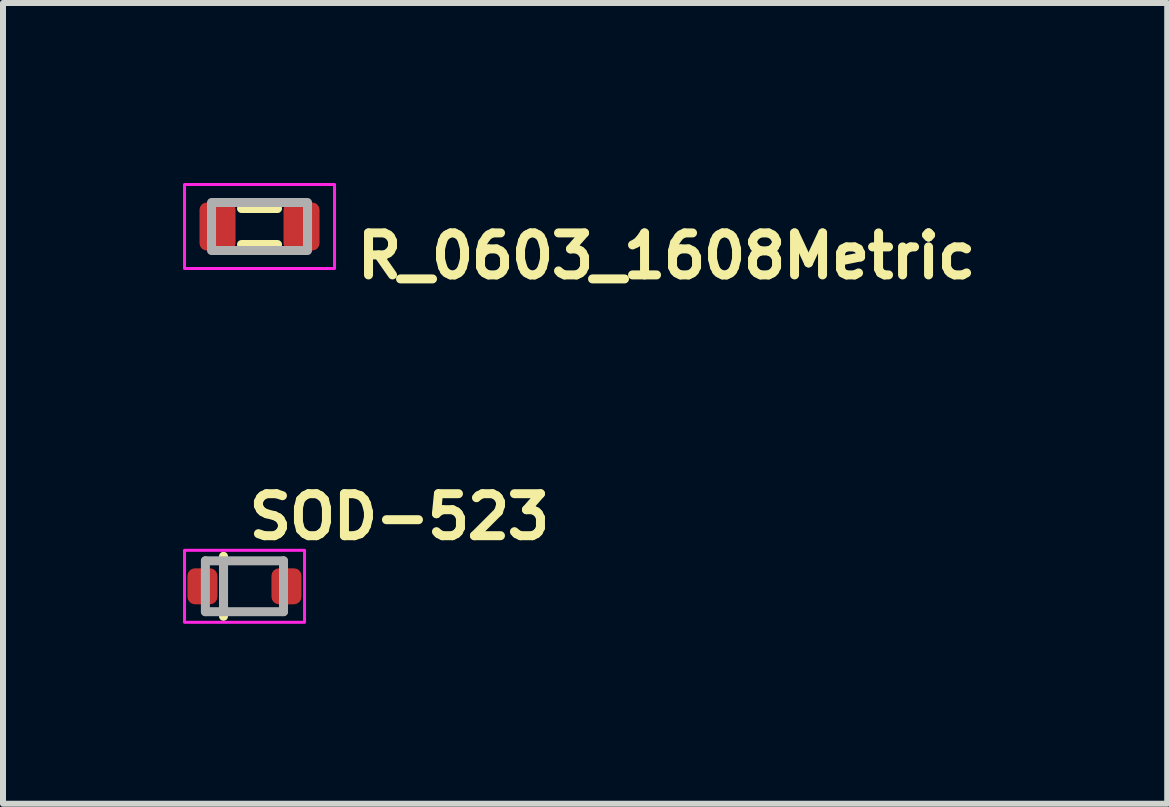
<source format=kicad_pcb>
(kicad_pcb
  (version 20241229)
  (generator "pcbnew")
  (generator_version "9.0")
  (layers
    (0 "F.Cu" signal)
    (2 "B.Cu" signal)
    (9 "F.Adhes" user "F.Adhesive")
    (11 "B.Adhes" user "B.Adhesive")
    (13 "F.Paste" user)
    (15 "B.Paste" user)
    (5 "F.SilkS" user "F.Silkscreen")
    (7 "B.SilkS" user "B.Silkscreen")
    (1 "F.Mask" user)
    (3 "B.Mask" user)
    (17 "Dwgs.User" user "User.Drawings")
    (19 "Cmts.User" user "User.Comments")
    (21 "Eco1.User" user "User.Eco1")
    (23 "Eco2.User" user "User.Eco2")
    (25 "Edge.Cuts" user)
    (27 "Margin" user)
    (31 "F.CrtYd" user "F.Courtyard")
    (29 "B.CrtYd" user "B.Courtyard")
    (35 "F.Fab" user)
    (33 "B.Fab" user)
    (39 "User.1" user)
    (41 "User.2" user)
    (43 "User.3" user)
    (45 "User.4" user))
  (footprint "R_0603_1608Metric"
    (layer "F.Cu")
    (at 1.275 0.725)
    (property "Reference" "R_0603_1608Metric" (at 1.551 0.9 0) (layer "F.SilkS") (effects (font (size 0.7 0.7) (thickness 0.15)) (justify left bottom)))
    (attr smd)
    (fp_line (start -0.3 -0.3) (end 0.3 -0.3) (stroke (width 0.15) (type solid)) (layer "F.SilkS"))
    (fp_line (start -0.3 0.3) (end 0.3 0.3) (stroke (width 0.15) (type solid)) (layer "F.SilkS"))
    (fp_rect (start -1.25 -0.7) (end 1.25 0.7) (stroke (width 0.05) (type solid)) (fill no) (layer "F.CrtYd"))
    (fp_rect (start -0.8 -0.4) (end 0.8 0.4) (stroke (width 0.15) (type solid)) (fill no) (layer "F.Fab"))
    (fp_rect (start -0.8 -0.4) (end 0.8 0.4) (stroke (width 0.1) (type solid)) (fill no) (layer "User.5"))
    (fp_line (start -0.802 -0.398) (end -0.802 0.396) (stroke (width 0.02) (type solid)) (layer "User.9"))
    (fp_line (start -0.802 -0.398) (end -0.5 -0.398) (stroke (width 0.02) (type solid)) (layer "User.9"))
    (fp_line (start -0.5 -0.402) (end -0.5 0.4) (stroke (width 0.02) (type solid)) (layer "User.9"))
    (fp_line (start -0.5 -0.402) (end 0.498 -0.402) (stroke (width 0.02) (type solid)) (layer "User.9"))
    (fp_line (start -0.5 0.396) (end -0.802 0.396) (stroke (width 0.02) (type solid)) (layer "User.9"))
    (fp_line (start 0.498 -0.402) (end 0.498 0.4) (stroke (width 0.02) (type solid)) (layer "User.9"))
    (fp_line (start 0.498 -0.398) (end 0.8 -0.398) (stroke (width 0.02) (type solid)) (layer "User.9"))
    (fp_line (start 0.498 0.4) (end -0.5 0.4) (stroke (width 0.02) (type solid)) (layer "User.9"))
    (fp_line (start 0.8 -0.398) (end 0.8 0.396) (stroke (width 0.02) (type solid)) (layer "User.9"))
    (fp_line (start 0.8 0.396) (end 0.498 0.396) (stroke (width 0.02) (type solid)) (layer "User.9"))
    (pad "1" smd roundrect (at -0.7 0) (size 0.6 0.8) (layers "F.Cu" "F.Mask" "F.Paste") (roundrect_rratio 0.2))
    (pad "2" smd roundrect (at 0.7 0) (size 0.6 0.8) (layers "F.Cu" "F.Mask" "F.Paste") (roundrect_rratio 0.2)))
  (footprint "SOD-523"
    (layer "F.Cu")
    (at 1.025 6.721)
    (property "Reference" "SOD-523" (at 0 -0.75 0) (layer "F.SilkS") (effects (font (size 0.7 0.7) (thickness 0.15)) (justify left bottom)))
    (attr smd)
    (fp_line (start -0.35 -0.5) (end -0.35 0.5) (stroke (width 0.15) (type solid)) (layer "F.SilkS"))
    (fp_rect (start -1 -0.6) (end 1 0.6) (stroke (width 0.05) (type solid)) (fill no) (layer "F.CrtYd"))
    (fp_line (start -0.652 -0.425) (end 0.65 -0.425) (stroke (width 0.15) (type solid)) (layer "F.Fab"))
    (fp_line (start -0.652 0.423) (end -0.652 -0.425) (stroke (width 0.15) (type solid)) (layer "F.Fab"))
    (fp_line (start -0.652 0.423) (end 0.65 0.423) (stroke (width 0.15) (type solid)) (layer "F.Fab"))
    (fp_line (start -0.35 -0.4) (end -0.35 0.4) (stroke (width 0.15) (type solid)) (layer "F.Fab"))
    (fp_line (start 0.65 -0.425) (end 0.65 0.423) (stroke (width 0.15) (type solid)) (layer "F.Fab"))
    (fp_rect (start -0.85 -0.452) (end 0.848 0.45) (stroke (width 0.1) (type solid)) (fill no) (layer "User.5"))
    (fp_line (start -0.85 -0.176) (end -0.85 0.174) (stroke (width 0.02) (type solid)) (layer "User.9"))
    (fp_line (start -0.85 0.174) (end -0.652 0.174) (stroke (width 0.02) (type solid)) (layer "User.9"))
    (fp_line (start -0.652 -0.452) (end 0.65 -0.452) (stroke (width 0.02) (type solid)) (layer "User.9"))
    (fp_line (start -0.652 -0.176) (end -0.85 -0.176) (stroke (width 0.02) (type solid)) (layer "User.9"))
    (fp_line (start -0.652 -0.176) (end -0.652 -0.452) (stroke (width 0.02) (type solid)) (layer "User.9"))
    (fp_line (start -0.652 0.174) (end -0.652 -0.176) (stroke (width 0.02) (type solid)) (layer "User.9"))
    (fp_line (start -0.652 0.45) (end -0.652 0.174) (stroke (width 0.02) (type solid)) (layer "User.9"))
    (fp_line (start -0.603 -0.404) (end -0.652 -0.452) (stroke (width 0.02) (type solid)) (layer "User.9"))
    (fp_line (start -0.603 -0.404) (end -0.554 -0.353) (stroke (width 0.02) (type solid)) (layer "User.9"))
    (fp_line (start -0.603 0.402) (end -0.652 0.45) (stroke (width 0.02) (type solid)) (layer "User.9"))
    (fp_line (start -0.603 0.402) (end -0.554 0.351) (stroke (width 0.02) (type solid)) (layer "User.9"))
    (fp_line (start -0.5 -0.293) (end -0.5 0.291) (stroke (width 0.02) (type solid)) (layer "User.9"))
    (fp_line (start -0.5 0.291) (end -0.402 0.291) (stroke (width 0.02) (type solid)) (layer "User.9"))
    (fp_line (start -0.402 -0.293) (end -0.5 -0.293) (stroke (width 0.02) (type solid)) (layer "User.9"))
    (fp_line (start -0.402 0.291) (end -0.402 -0.293) (stroke (width 0.02) (type solid)) (layer "User.9"))
    (fp_line (start 0.552 -0.353) (end 0.601 -0.404) (stroke (width 0.02) (type solid)) (layer "User.9"))
    (fp_line (start 0.552 0.351) (end 0.601 0.402) (stroke (width 0.02) (type solid)) (layer "User.9"))
    (fp_line (start 0.65 -0.452) (end 0.601 -0.404) (stroke (width 0.02) (type solid)) (layer "User.9"))
    (fp_line (start 0.65 -0.452) (end 0.65 -0.176) (stroke (width 0.02) (type solid)) (layer "User.9"))
    (fp_line (start 0.65 -0.176) (end 0.65 0.174) (stroke (width 0.02) (type solid)) (layer "User.9"))
    (fp_line (start 0.65 0.174) (end 0.65 0.45) (stroke (width 0.02) (type solid)) (layer "User.9"))
    (fp_line (start 0.65 0.174) (end 0.848 0.174) (stroke (width 0.02) (type solid)) (layer "User.9"))
    (fp_line (start 0.65 0.45) (end -0.652 0.45) (stroke (width 0.02) (type solid)) (layer "User.9"))
    (fp_line (start 0.65 0.45) (end 0.601 0.402) (stroke (width 0.02) (type solid)) (layer "User.9"))
    (fp_line (start 0.848 -0.176) (end 0.65 -0.176) (stroke (width 0.02) (type solid)) (layer "User.9"))
    (fp_line (start 0.848 0.174) (end 0.848 -0.176) (stroke (width 0.02) (type solid)) (layer "User.9"))
    (pad "1" smd roundrect (at -0.701 0) (size 0.5 0.6) (layers "F.Cu" "F.Mask" "F.Paste") (roundrect_rratio 0.25))
    (pad "2" smd roundrect (at 0.699 0) (size 0.5 0.6) (layers "F.Cu" "F.Mask" "F.Paste") (roundrect_rratio 0.25)))
  (gr_rect
    (start -3 -3)
    (end 16.402 10.345)
    (stroke (width 0.1) (type default))
    (fill no)
    (layer "Edge.Cuts")))
</source>
